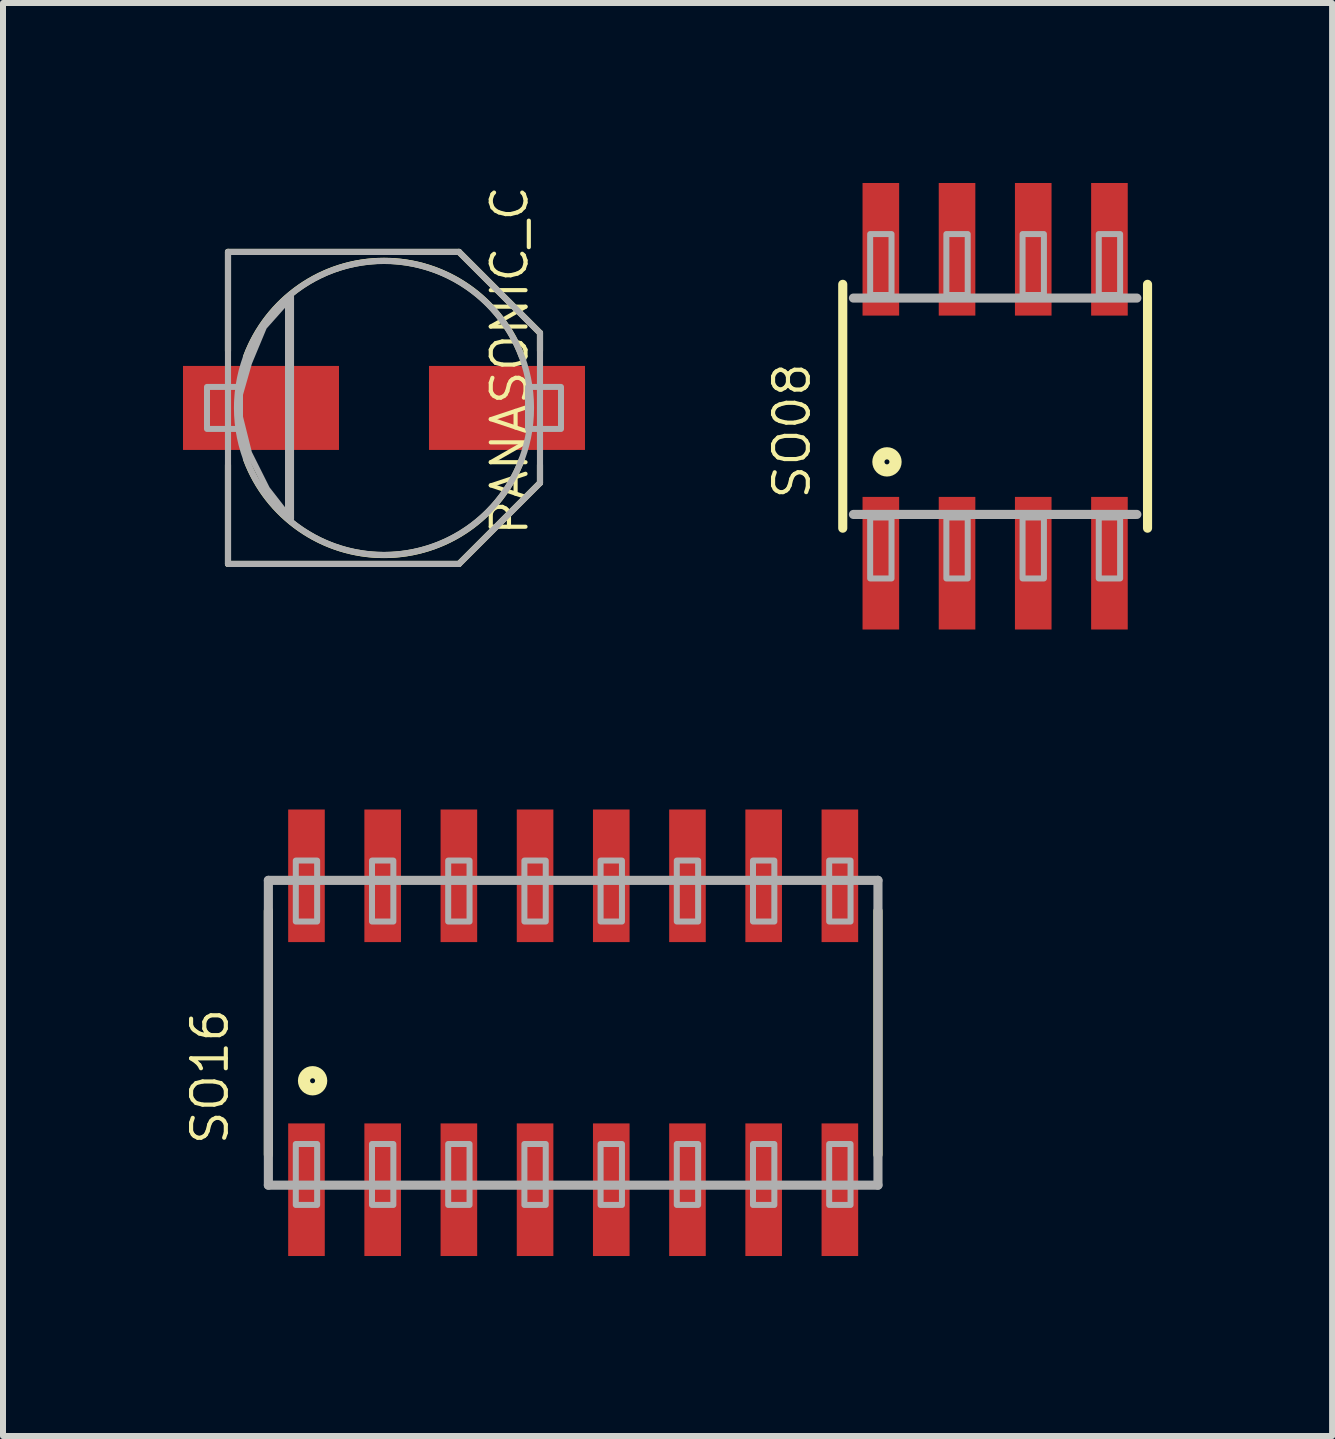
<source format=kicad_pcb>
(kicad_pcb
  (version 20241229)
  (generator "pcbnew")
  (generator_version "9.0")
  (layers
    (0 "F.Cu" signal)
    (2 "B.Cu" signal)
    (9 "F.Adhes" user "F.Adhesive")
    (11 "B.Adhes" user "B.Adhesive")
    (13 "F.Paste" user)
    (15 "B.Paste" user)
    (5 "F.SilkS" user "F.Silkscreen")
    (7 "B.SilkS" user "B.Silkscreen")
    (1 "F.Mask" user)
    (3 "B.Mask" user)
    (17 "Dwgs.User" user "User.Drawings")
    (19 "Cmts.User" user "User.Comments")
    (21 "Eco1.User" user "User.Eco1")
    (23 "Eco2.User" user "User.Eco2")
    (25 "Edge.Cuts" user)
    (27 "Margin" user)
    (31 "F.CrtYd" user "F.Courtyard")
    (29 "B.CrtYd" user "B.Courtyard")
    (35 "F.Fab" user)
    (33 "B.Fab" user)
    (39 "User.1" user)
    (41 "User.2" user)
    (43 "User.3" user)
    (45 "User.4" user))
  (footprint "PANASONIC_C"
    (layer "F.Cu")
    (at 3.35 3.749)
    (property "Reference" "PANASONIC_C" (at 2.433 2.163 90) (layer "F.SilkS") (effects (font (size 0.579 0.579) (thickness 0.069)) (justify left bottom)))
    (attr through_hole)
    (fp_line (start -2.6 -2.6) (end 1.25 -2.6) (stroke (width 0.102) (type solid)) (layer "F.SilkS"))
    (fp_line (start -2.6 -0.95) (end -2.6 -2.6) (stroke (width 0.102) (type solid)) (layer "F.SilkS"))
    (fp_line (start -2.6 2.6) (end -2.6 0.95) (stroke (width 0.102) (type solid)) (layer "F.SilkS"))
    (fp_line (start 1.25 -2.6) (end 2.6 -1.25) (stroke (width 0.102) (type solid)) (layer "F.SilkS"))
    (fp_line (start 1.25 2.6) (end -2.6 2.6) (stroke (width 0.102) (type solid)) (layer "F.SilkS"))
    (fp_line (start 2.6 -1.25) (end 2.6 -0.95) (stroke (width 0.102) (type solid)) (layer "F.SilkS"))
    (fp_line (start 2.6 0.95) (end 2.6 1.25) (stroke (width 0.102) (type solid)) (layer "F.SilkS"))
    (fp_line (start 2.6 1.25) (end 1.25 2.6) (stroke (width 0.102) (type solid)) (layer "F.SilkS"))
    (fp_arc (start -2.3 -0.85) (mid 0 -2.45204) (end 2.3 -0.85) (stroke (width 0.1016) (type solid)) (layer "F.SilkS"))
    (fp_arc (start 2.3 0.85) (mid 0 2.45204) (end -2.3 0.85) (stroke (width 0.1016) (type solid)) (layer "F.SilkS"))
    (fp_line (start -2.6 -2.6) (end 1.25 -2.6) (stroke (width 0.102) (type solid)) (layer "F.Fab"))
    (fp_line (start -2.6 2.6) (end -2.6 -2.6) (stroke (width 0.102) (type solid)) (layer "F.Fab"))
    (fp_line (start -1.55 -1.85) (end -1.55 1.85) (stroke (width 0.102) (type solid)) (layer "F.Fab"))
    (fp_line (start 1.25 -2.6) (end 2.6 -1.25) (stroke (width 0.102) (type solid)) (layer "F.Fab"))
    (fp_line (start 1.25 2.6) (end -2.6 2.6) (stroke (width 0.102) (type solid)) (layer "F.Fab"))
    (fp_line (start 2.6 -1.25) (end 2.6 1.25) (stroke (width 0.102) (type solid)) (layer "F.Fab"))
    (fp_line (start 2.6 1.25) (end 1.25 2.6) (stroke (width 0.102) (type solid)) (layer "F.Fab"))
    (fp_circle (center 0 0) (end 2.45 0) (stroke (width 0.102) (type solid)) (fill no) (layer "F.Fab"))
    (fp_poly (pts (xy -2.95 0.35) (xy -2.4 0.35) (xy -2.4 -0.35) (xy -2.95 -0.35)) (stroke (width 0.1) (type solid)) (fill no) (layer "F.Fab"))
    (fp_poly (pts (xy 2.4 0.35) (xy 2.95 0.35) (xy 2.95 -0.35) (xy 2.4 -0.35)) (stroke (width 0.1) (type solid)) (fill no) (layer "F.Fab"))
    (fp_poly (pts (xy -1.6 -1.8) (xy -2 -1.35) (xy -2.25 -0.75) (xy -2.45 -0.05) (xy -2.25 0.75) (xy -1.95 1.35) (xy -1.6 1.8)) (stroke (width 0.1) (type solid)) (fill no) (layer "F.Fab"))
    (pad "+" smd rect (at 2.05 0) (size 2.6 1.4) (layers "F.Cu" "F.Mask" "F.Paste"))
    (pad "-" smd rect (at -2.05 0) (size 2.6 1.4) (layers "F.Cu" "F.Mask" "F.Paste")))
  (footprint "SO16"
    (layer "F.Cu")
    (at 6.503 14.163)
    (property "Reference" "SO16" (at -5.715 1.905 90) (layer "F.SilkS") (effects (font (size 0.579 0.579) (thickness 0.069)) (justify left bottom)))
    (attr through_hole)
    (fp_line (start -5.08 -2.032) (end -5.08 2.032) (stroke (width 0.152) (type solid)) (layer "F.SilkS"))
    (fp_line (start 5.08 -2.032) (end 5.08 2.032) (stroke (width 0.152) (type solid)) (layer "F.SilkS"))
    (fp_circle (center -4.343 0.8) (end -4.2 0.8) (stroke (width 0.203) (type solid)) (fill no) (layer "F.SilkS"))
    (fp_line (start -5.08 -2.54) (end -5.08 2.54) (stroke (width 0.152) (type solid)) (layer "F.Fab"))
    (fp_line (start -5.08 2.54) (end 5.08 2.54) (stroke (width 0.152) (type solid)) (layer "F.Fab"))
    (fp_line (start 5.08 -2.54) (end -5.08 -2.54) (stroke (width 0.152) (type solid)) (layer "F.Fab"))
    (fp_line (start 5.08 2.54) (end 5.08 -2.54) (stroke (width 0.152) (type solid)) (layer "F.Fab"))
    (fp_poly (pts (xy -4.623 -1.854) (xy -4.267 -1.854) (xy -4.267 -2.87) (xy -4.623 -2.87)) (stroke (width 0.1) (type solid)) (fill no) (layer "F.Fab"))
    (fp_poly (pts (xy -4.623 2.87) (xy -4.267 2.87) (xy -4.267 1.854) (xy -4.623 1.854)) (stroke (width 0.1) (type solid)) (fill no) (layer "F.Fab"))
    (fp_poly (pts (xy -3.353 -1.854) (xy -2.997 -1.854) (xy -2.997 -2.87) (xy -3.353 -2.87)) (stroke (width 0.1) (type solid)) (fill no) (layer "F.Fab"))
    (fp_poly (pts (xy -3.353 2.87) (xy -2.997 2.87) (xy -2.997 1.854) (xy -3.353 1.854)) (stroke (width 0.1) (type solid)) (fill no) (layer "F.Fab"))
    (fp_poly (pts (xy -2.083 -1.854) (xy -1.727 -1.854) (xy -1.727 -2.87) (xy -2.083 -2.87)) (stroke (width 0.1) (type solid)) (fill no) (layer "F.Fab"))
    (fp_poly (pts (xy -2.083 2.87) (xy -1.727 2.87) (xy -1.727 1.854) (xy -2.083 1.854)) (stroke (width 0.1) (type solid)) (fill no) (layer "F.Fab"))
    (fp_poly (pts (xy -0.813 -1.854) (xy -0.457 -1.854) (xy -0.457 -2.87) (xy -0.813 -2.87)) (stroke (width 0.1) (type solid)) (fill no) (layer "F.Fab"))
    (fp_poly (pts (xy -0.813 2.87) (xy -0.457 2.87) (xy -0.457 1.854) (xy -0.813 1.854)) (stroke (width 0.1) (type solid)) (fill no) (layer "F.Fab"))
    (fp_poly (pts (xy 0.813 -2.87) (xy 0.457 -2.87) (xy 0.457 -1.854) (xy 0.813 -1.854)) (stroke (width 0.1) (type solid)) (fill no) (layer "F.Fab"))
    (fp_poly (pts (xy 0.813 1.854) (xy 0.457 1.854) (xy 0.457 2.87) (xy 0.813 2.87)) (stroke (width 0.1) (type solid)) (fill no) (layer "F.Fab"))
    (fp_poly (pts (xy 2.083 -2.87) (xy 1.727 -2.87) (xy 1.727 -1.854) (xy 2.083 -1.854)) (stroke (width 0.1) (type solid)) (fill no) (layer "F.Fab"))
    (fp_poly (pts (xy 2.083 1.854) (xy 1.727 1.854) (xy 1.727 2.87) (xy 2.083 2.87)) (stroke (width 0.1) (type solid)) (fill no) (layer "F.Fab"))
    (fp_poly (pts (xy 3.353 -2.87) (xy 2.997 -2.87) (xy 2.997 -1.854) (xy 3.353 -1.854)) (stroke (width 0.1) (type solid)) (fill no) (layer "F.Fab"))
    (fp_poly (pts (xy 3.353 1.854) (xy 2.997 1.854) (xy 2.997 2.87) (xy 3.353 2.87)) (stroke (width 0.1) (type solid)) (fill no) (layer "F.Fab"))
    (fp_poly (pts (xy 4.623 -2.87) (xy 4.267 -2.87) (xy 4.267 -1.854) (xy 4.623 -1.854)) (stroke (width 0.1) (type solid)) (fill no) (layer "F.Fab"))
    (fp_poly (pts (xy 4.623 1.854) (xy 4.267 1.854) (xy 4.267 2.87) (xy 4.623 2.87)) (stroke (width 0.1) (type solid)) (fill no) (layer "F.Fab"))
    (pad "1" smd rect (at -4.445 2.616) (size 0.61 2.21) (layers "F.Cu" "F.Mask" "F.Paste"))
    (pad "2" smd rect (at -3.175 2.616) (size 0.61 2.21) (layers "F.Cu" "F.Mask" "F.Paste"))
    (pad "3" smd rect (at -1.905 2.616) (size 0.61 2.21) (layers "F.Cu" "F.Mask" "F.Paste"))
    (pad "4" smd rect (at -0.635 2.616) (size 0.61 2.21) (layers "F.Cu" "F.Mask" "F.Paste"))
    (pad "5" smd rect (at 0.635 2.616 180) (size 0.61 2.21) (layers "F.Cu" "F.Mask" "F.Paste"))
    (pad "6" smd rect (at 1.905 2.616 180) (size 0.61 2.21) (layers "F.Cu" "F.Mask" "F.Paste"))
    (pad "7" smd rect (at 3.175 2.616 180) (size 0.61 2.21) (layers "F.Cu" "F.Mask" "F.Paste"))
    (pad "8" smd rect (at 4.445 2.616 180) (size 0.61 2.21) (layers "F.Cu" "F.Mask" "F.Paste"))
    (pad "9" smd rect (at 4.445 -2.616 180) (size 0.61 2.21) (layers "F.Cu" "F.Mask" "F.Paste"))
    (pad "10" smd rect (at 3.175 -2.616 180) (size 0.61 2.21) (layers "F.Cu" "F.Mask" "F.Paste"))
    (pad "11" smd rect (at 1.905 -2.616 180) (size 0.61 2.21) (layers "F.Cu" "F.Mask" "F.Paste"))
    (pad "12" smd rect (at 0.635 -2.616 180) (size 0.61 2.21) (layers "F.Cu" "F.Mask" "F.Paste"))
    (pad "13" smd rect (at -0.635 -2.616) (size 0.61 2.21) (layers "F.Cu" "F.Mask" "F.Paste"))
    (pad "14" smd rect (at -1.905 -2.616) (size 0.61 2.21) (layers "F.Cu" "F.Mask" "F.Paste"))
    (pad "15" smd rect (at -3.175 -2.616) (size 0.61 2.21) (layers "F.Cu" "F.Mask" "F.Paste"))
    (pad "16" smd rect (at -4.445 -2.616) (size 0.61 2.21) (layers "F.Cu" "F.Mask" "F.Paste")))
  (footprint "SO08"
    (layer "F.Cu")
    (at 13.536 3.721)
    (property "Reference" "SO08" (at -3.048 1.587 90) (layer "F.SilkS") (effects (font (size 0.579 0.579) (thickness 0.069)) (justify left bottom)))
    (attr through_hole)
    (fp_line (start -2.54 -2.032) (end -2.54 2.032) (stroke (width 0.152) (type solid)) (layer "F.SilkS"))
    (fp_line (start 2.54 2.032) (end 2.54 -2.032) (stroke (width 0.152) (type solid)) (layer "F.SilkS"))
    (fp_circle (center -1.803 0.927) (end -1.66 0.927) (stroke (width 0.203) (type solid)) (fill no) (layer "F.SilkS"))
    (fp_line (start -2.362 1.803) (end 2.362 1.803) (stroke (width 0.152) (type solid)) (layer "F.Fab"))
    (fp_line (start 2.362 -1.803) (end -2.362 -1.803) (stroke (width 0.152) (type solid)) (layer "F.Fab"))
    (fp_poly (pts (xy -2.083 -1.854) (xy -1.727 -1.854) (xy -1.727 -2.87) (xy -2.083 -2.87)) (stroke (width 0.1) (type solid)) (fill no) (layer "F.Fab"))
    (fp_poly (pts (xy -2.083 2.87) (xy -1.727 2.87) (xy -1.727 1.854) (xy -2.083 1.854)) (stroke (width 0.1) (type solid)) (fill no) (layer "F.Fab"))
    (fp_poly (pts (xy -0.813 -1.854) (xy -0.457 -1.854) (xy -0.457 -2.87) (xy -0.813 -2.87)) (stroke (width 0.1) (type solid)) (fill no) (layer "F.Fab"))
    (fp_poly (pts (xy -0.813 2.87) (xy -0.457 2.87) (xy -0.457 1.854) (xy -0.813 1.854)) (stroke (width 0.1) (type solid)) (fill no) (layer "F.Fab"))
    (fp_poly (pts (xy 0.457 -1.854) (xy 0.813 -1.854) (xy 0.813 -2.87) (xy 0.457 -2.87)) (stroke (width 0.1) (type solid)) (fill no) (layer "F.Fab"))
    (fp_poly (pts (xy 0.457 2.87) (xy 0.813 2.87) (xy 0.813 1.854) (xy 0.457 1.854)) (stroke (width 0.1) (type solid)) (fill no) (layer "F.Fab"))
    (fp_poly (pts (xy 1.727 -1.854) (xy 2.083 -1.854) (xy 2.083 -2.87) (xy 1.727 -2.87)) (stroke (width 0.1) (type solid)) (fill no) (layer "F.Fab"))
    (fp_poly (pts (xy 1.727 2.87) (xy 2.083 2.87) (xy 2.083 1.854) (xy 1.727 1.854)) (stroke (width 0.1) (type solid)) (fill no) (layer "F.Fab"))
    (pad "1" smd rect (at -1.905 2.616) (size 0.61 2.21) (layers "F.Cu" "F.Mask" "F.Paste"))
    (pad "2" smd rect (at -0.635 2.616) (size 0.61 2.21) (layers "F.Cu" "F.Mask" "F.Paste"))
    (pad "3" smd rect (at 0.635 2.616) (size 0.61 2.21) (layers "F.Cu" "F.Mask" "F.Paste"))
    (pad "4" smd rect (at 1.905 2.616) (size 0.61 2.21) (layers "F.Cu" "F.Mask" "F.Paste"))
    (pad "5" smd rect (at 1.905 -2.616) (size 0.61 2.21) (layers "F.Cu" "F.Mask" "F.Paste"))
    (pad "6" smd rect (at 0.635 -2.616) (size 0.61 2.21) (layers "F.Cu" "F.Mask" "F.Paste"))
    (pad "7" smd rect (at -0.635 -2.616) (size 0.61 2.21) (layers "F.Cu" "F.Mask" "F.Paste"))
    (pad "8" smd rect (at -1.905 -2.616) (size 0.61 2.21) (layers "F.Cu" "F.Mask" "F.Paste")))
  (gr_rect
    (start -3 -3)
    (end 19.152 20.884)
    (stroke (width 0.1) (type default))
    (fill no)
    (layer "Edge.Cuts")))
</source>
